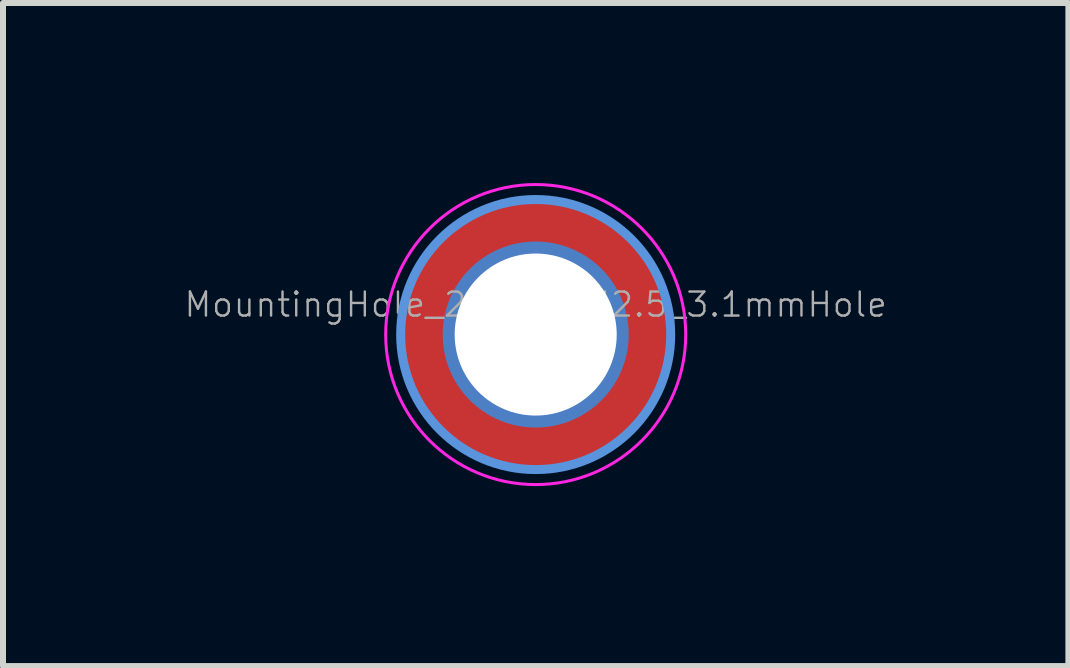
<source format=kicad_pcb>
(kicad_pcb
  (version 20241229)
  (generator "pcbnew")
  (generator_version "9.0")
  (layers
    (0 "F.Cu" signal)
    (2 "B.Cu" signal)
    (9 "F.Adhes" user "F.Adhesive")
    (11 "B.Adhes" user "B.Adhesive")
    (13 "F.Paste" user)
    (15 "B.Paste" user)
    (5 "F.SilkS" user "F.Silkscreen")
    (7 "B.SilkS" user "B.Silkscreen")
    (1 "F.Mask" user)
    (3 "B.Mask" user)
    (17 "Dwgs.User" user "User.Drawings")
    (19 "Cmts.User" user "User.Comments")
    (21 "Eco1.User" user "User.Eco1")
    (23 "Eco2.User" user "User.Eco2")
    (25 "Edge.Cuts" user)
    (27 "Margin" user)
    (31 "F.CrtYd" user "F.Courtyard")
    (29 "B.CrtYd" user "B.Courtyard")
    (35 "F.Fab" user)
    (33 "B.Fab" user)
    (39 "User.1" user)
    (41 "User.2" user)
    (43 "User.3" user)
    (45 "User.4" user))
  (footprint "MountingHole_2.7mm_M2.5_3.1mmHole"
    (layer "F.Cu")
    (at 5.877 2.525)
    (property "Reference" "MountingHole_2.7mm_M2.5_3.1mmHole" (at 0 -0.5 180) (layer "F.Fab") (effects (font (size 0.4 0.4) (thickness 0.04))))
    (attr through_hole board_only exclude_from_pos_files exclude_from_bom)
    (fp_circle (center 0 0) (end 2.25 0) (stroke (width 0.15) (type solid)) (fill no) (layer "Cmts.User"))
    (fp_circle (center 0 0) (end 2.5 0) (stroke (width 0.05) (type solid)) (fill no) (layer "F.CrtYd"))
    (pad "1" thru_hole circle (at 0 0) (size 3.1 3.1) (drill 2.7) (layers "*.Cu" "*.Mask"))
    (pad "1" connect circle (at 0 0) (size 4.5 4.5) (layers "F.Cu" "F.Mask")))
  (gr_rect
    (start -3 -3)
    (end 14.754 8.05)
    (stroke (width 0.1) (type default))
    (fill no)
    (layer "Edge.Cuts")))
</source>
